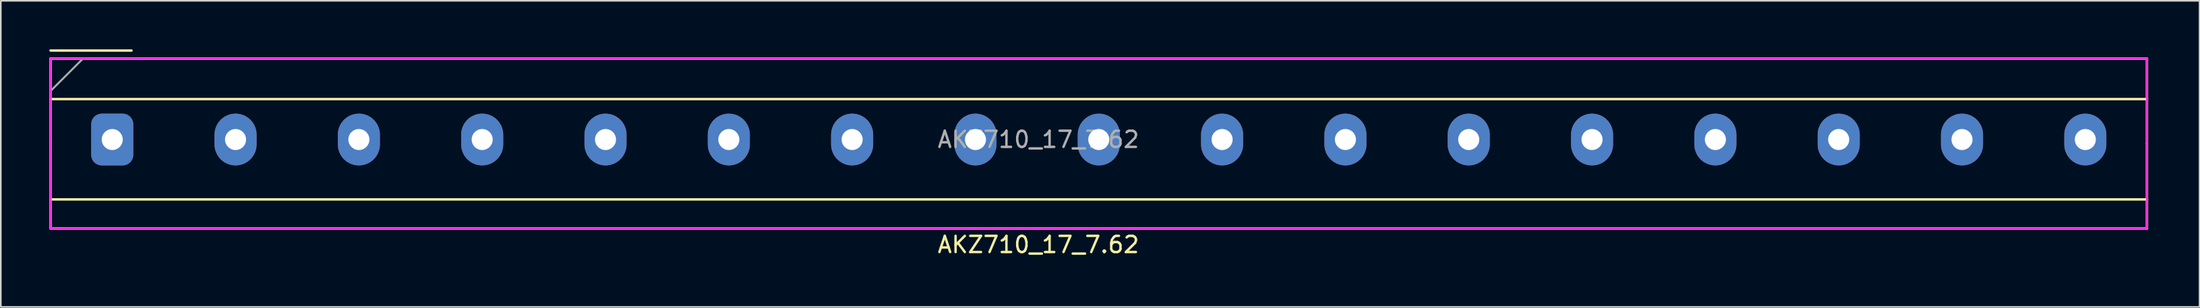
<source format=kicad_pcb>
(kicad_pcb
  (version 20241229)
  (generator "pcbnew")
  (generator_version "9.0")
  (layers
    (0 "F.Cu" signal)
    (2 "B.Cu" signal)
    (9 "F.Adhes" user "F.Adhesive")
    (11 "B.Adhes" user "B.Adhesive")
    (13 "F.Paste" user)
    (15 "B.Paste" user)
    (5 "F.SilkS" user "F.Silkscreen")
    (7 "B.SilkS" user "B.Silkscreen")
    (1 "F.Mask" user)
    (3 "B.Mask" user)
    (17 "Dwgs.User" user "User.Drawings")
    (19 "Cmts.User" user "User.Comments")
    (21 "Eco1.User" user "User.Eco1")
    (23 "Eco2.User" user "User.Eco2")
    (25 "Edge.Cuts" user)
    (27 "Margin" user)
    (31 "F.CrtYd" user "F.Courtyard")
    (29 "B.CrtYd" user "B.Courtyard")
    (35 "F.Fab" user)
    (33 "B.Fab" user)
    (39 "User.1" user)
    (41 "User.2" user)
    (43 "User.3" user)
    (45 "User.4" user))
  (footprint "AKZ710_17_7.62"
    (layer "F.Cu")
    (at 129.615 5.575)
    (property "Reference" "AKZ710_17_7.62" (at -68.5 6.5 0) (layer "F.SilkS") (effects (font (size 1 1) (thickness 0.15))))
    (attr through_hole)
    (fp_line (start -129.54 -5.5) (end -124.54 -5.5) (stroke (width 0.15) (type solid)) (layer "F.SilkS"))
    (fp_line (start -129.54 -2.5) (end -129.54 -5) (stroke (width 0.15) (type solid)) (layer "F.SilkS"))
    (fp_line (start -129.54 0.25) (end -129.54 -2.5) (stroke (width 0.15) (type solid)) (layer "F.SilkS"))
    (fp_line (start -129.54 3.7) (end -129.54 0.25) (stroke (width 0.15) (type solid)) (layer "F.SilkS"))
    (fp_line (start -129.54 3.7) (end -129.54 5.5) (stroke (width 0.15) (type solid)) (layer "F.SilkS"))
    (fp_line (start -129.54 5.5) (end 0 5.5) (stroke (width 0.15) (type solid)) (layer "F.SilkS"))
    (fp_line (start 0 -5) (end -129.54 -5) (stroke (width 0.15) (type solid)) (layer "F.SilkS"))
    (fp_line (start 0 -5) (end 0 -2.5) (stroke (width 0.15) (type solid)) (layer "F.SilkS"))
    (fp_line (start 0 -2.5) (end -129.54 -2.5) (stroke (width 0.15) (type solid)) (layer "F.SilkS"))
    (fp_line (start 0 -2.5) (end 0 0.25) (stroke (width 0.15) (type solid)) (layer "F.SilkS"))
    (fp_line (start 0 3.7) (end -129.54 3.7) (stroke (width 0.15) (type solid)) (layer "F.SilkS"))
    (fp_line (start 0 3.7) (end 0 0.25) (stroke (width 0.15) (type solid)) (layer "F.SilkS"))
    (fp_line (start 0 5.5) (end 0 3.7) (stroke (width 0.15) (type solid)) (layer "F.SilkS"))
    (fp_line (start -129.54 -5) (end -129.54 5.5) (stroke (width 0.12) (type solid)) (layer "F.CrtYd"))
    (fp_line (start -129.54 5.5) (end 0 5.5) (stroke (width 0.12) (type solid)) (layer "F.CrtYd"))
    (fp_line (start 0 -5) (end -129.54 -5) (stroke (width 0.12) (type solid)) (layer "F.CrtYd"))
    (fp_line (start 0 0.25) (end 0 -5) (stroke (width 0.12) (type solid)) (layer "F.CrtYd"))
    (fp_line (start 0 5.5) (end 0 0.25) (stroke (width 0.12) (type solid)) (layer "F.CrtYd"))
    (fp_line (start -129.54 -3) (end -129.54 5.5) (stroke (width 0.12) (type solid)) (layer "F.Fab"))
    (fp_line (start -129.54 -3) (end -127.54 -5) (stroke (width 0.12) (type solid)) (layer "F.Fab"))
    (fp_line (start -129.54 5.5) (end 0 5.5) (stroke (width 0.12) (type solid)) (layer "F.Fab"))
    (fp_line (start 0 -5) (end -127.54 -5) (stroke (width 0.12) (type solid)) (layer "F.Fab"))
    (fp_line (start 0 0.25) (end 0 -5) (stroke (width 0.12) (type solid)) (layer "F.Fab"))
    (fp_line (start 0 5.5) (end 0 0.25) (stroke (width 0.12) (type solid)) (layer "F.Fab"))
    (fp_text user "${REFERENCE}" (at -68.5 0 0) (layer "F.Fab") (effects (font (size 1 1) (thickness 0.15))))
    (pad "1" thru_hole roundrect (at -125.73 0) (size 2.6 3.2) (drill 1.3) (layers "*.Cu" "*.Mask") (roundrect_rratio 0.25))
    (pad "2" thru_hole oval (at -118.11 0) (size 2.6 3.2) (drill 1.3) (layers "*.Cu" "*.Mask"))
    (pad "3" thru_hole oval (at -110.49 0) (size 2.6 3.2) (drill 1.3) (layers "*.Cu" "*.Mask"))
    (pad "4" thru_hole oval (at -102.87 0) (size 2.6 3.2) (drill 1.3) (layers "*.Cu" "*.Mask"))
    (pad "5" thru_hole oval (at -95.25 0) (size 2.6 3.2) (drill 1.3) (layers "*.Cu" "*.Mask"))
    (pad "6" thru_hole oval (at -87.63 0) (size 2.6 3.2) (drill 1.3) (layers "*.Cu" "*.Mask"))
    (pad "7" thru_hole oval (at -80.01 0) (size 2.6 3.2) (drill 1.3) (layers "*.Cu" "*.Mask"))
    (pad "8" thru_hole oval (at -72.39 0) (size 2.6 3.2) (drill 1.3) (layers "*.Cu" "*.Mask"))
    (pad "9" thru_hole oval (at -64.77 0) (size 2.6 3.2) (drill 1.3) (layers "*.Cu" "*.Mask"))
    (pad "10" thru_hole oval (at -57.15 0) (size 2.6 3.2) (drill 1.3) (layers "*.Cu" "*.Mask"))
    (pad "11" thru_hole oval (at -49.53 0) (size 2.6 3.2) (drill 1.3) (layers "*.Cu" "*.Mask"))
    (pad "12" thru_hole oval (at -41.91 0) (size 2.6 3.2) (drill 1.3) (layers "*.Cu" "*.Mask"))
    (pad "13" thru_hole oval (at -34.29 0) (size 2.6 3.2) (drill 1.3) (layers "*.Cu" "*.Mask"))
    (pad "14" thru_hole oval (at -26.67 0) (size 2.6 3.2) (drill 1.3) (layers "*.Cu" "*.Mask"))
    (pad "15" thru_hole oval (at -19.05 0) (size 2.6 3.2) (drill 1.3) (layers "*.Cu" "*.Mask"))
    (pad "16" thru_hole oval (at -11.43 0) (size 2.6 3.2) (drill 1.3) (layers "*.Cu" "*.Mask"))
    (pad "17" thru_hole oval (at -3.81 0) (size 2.6 3.2) (drill 1.3) (layers "*.Cu" "*.Mask")))
  (gr_rect
    (start -3 -3)
    (end 132.865 15.923)
    (stroke (width 0.1) (type default))
    (fill no)
    (layer "Edge.Cuts")))
</source>
